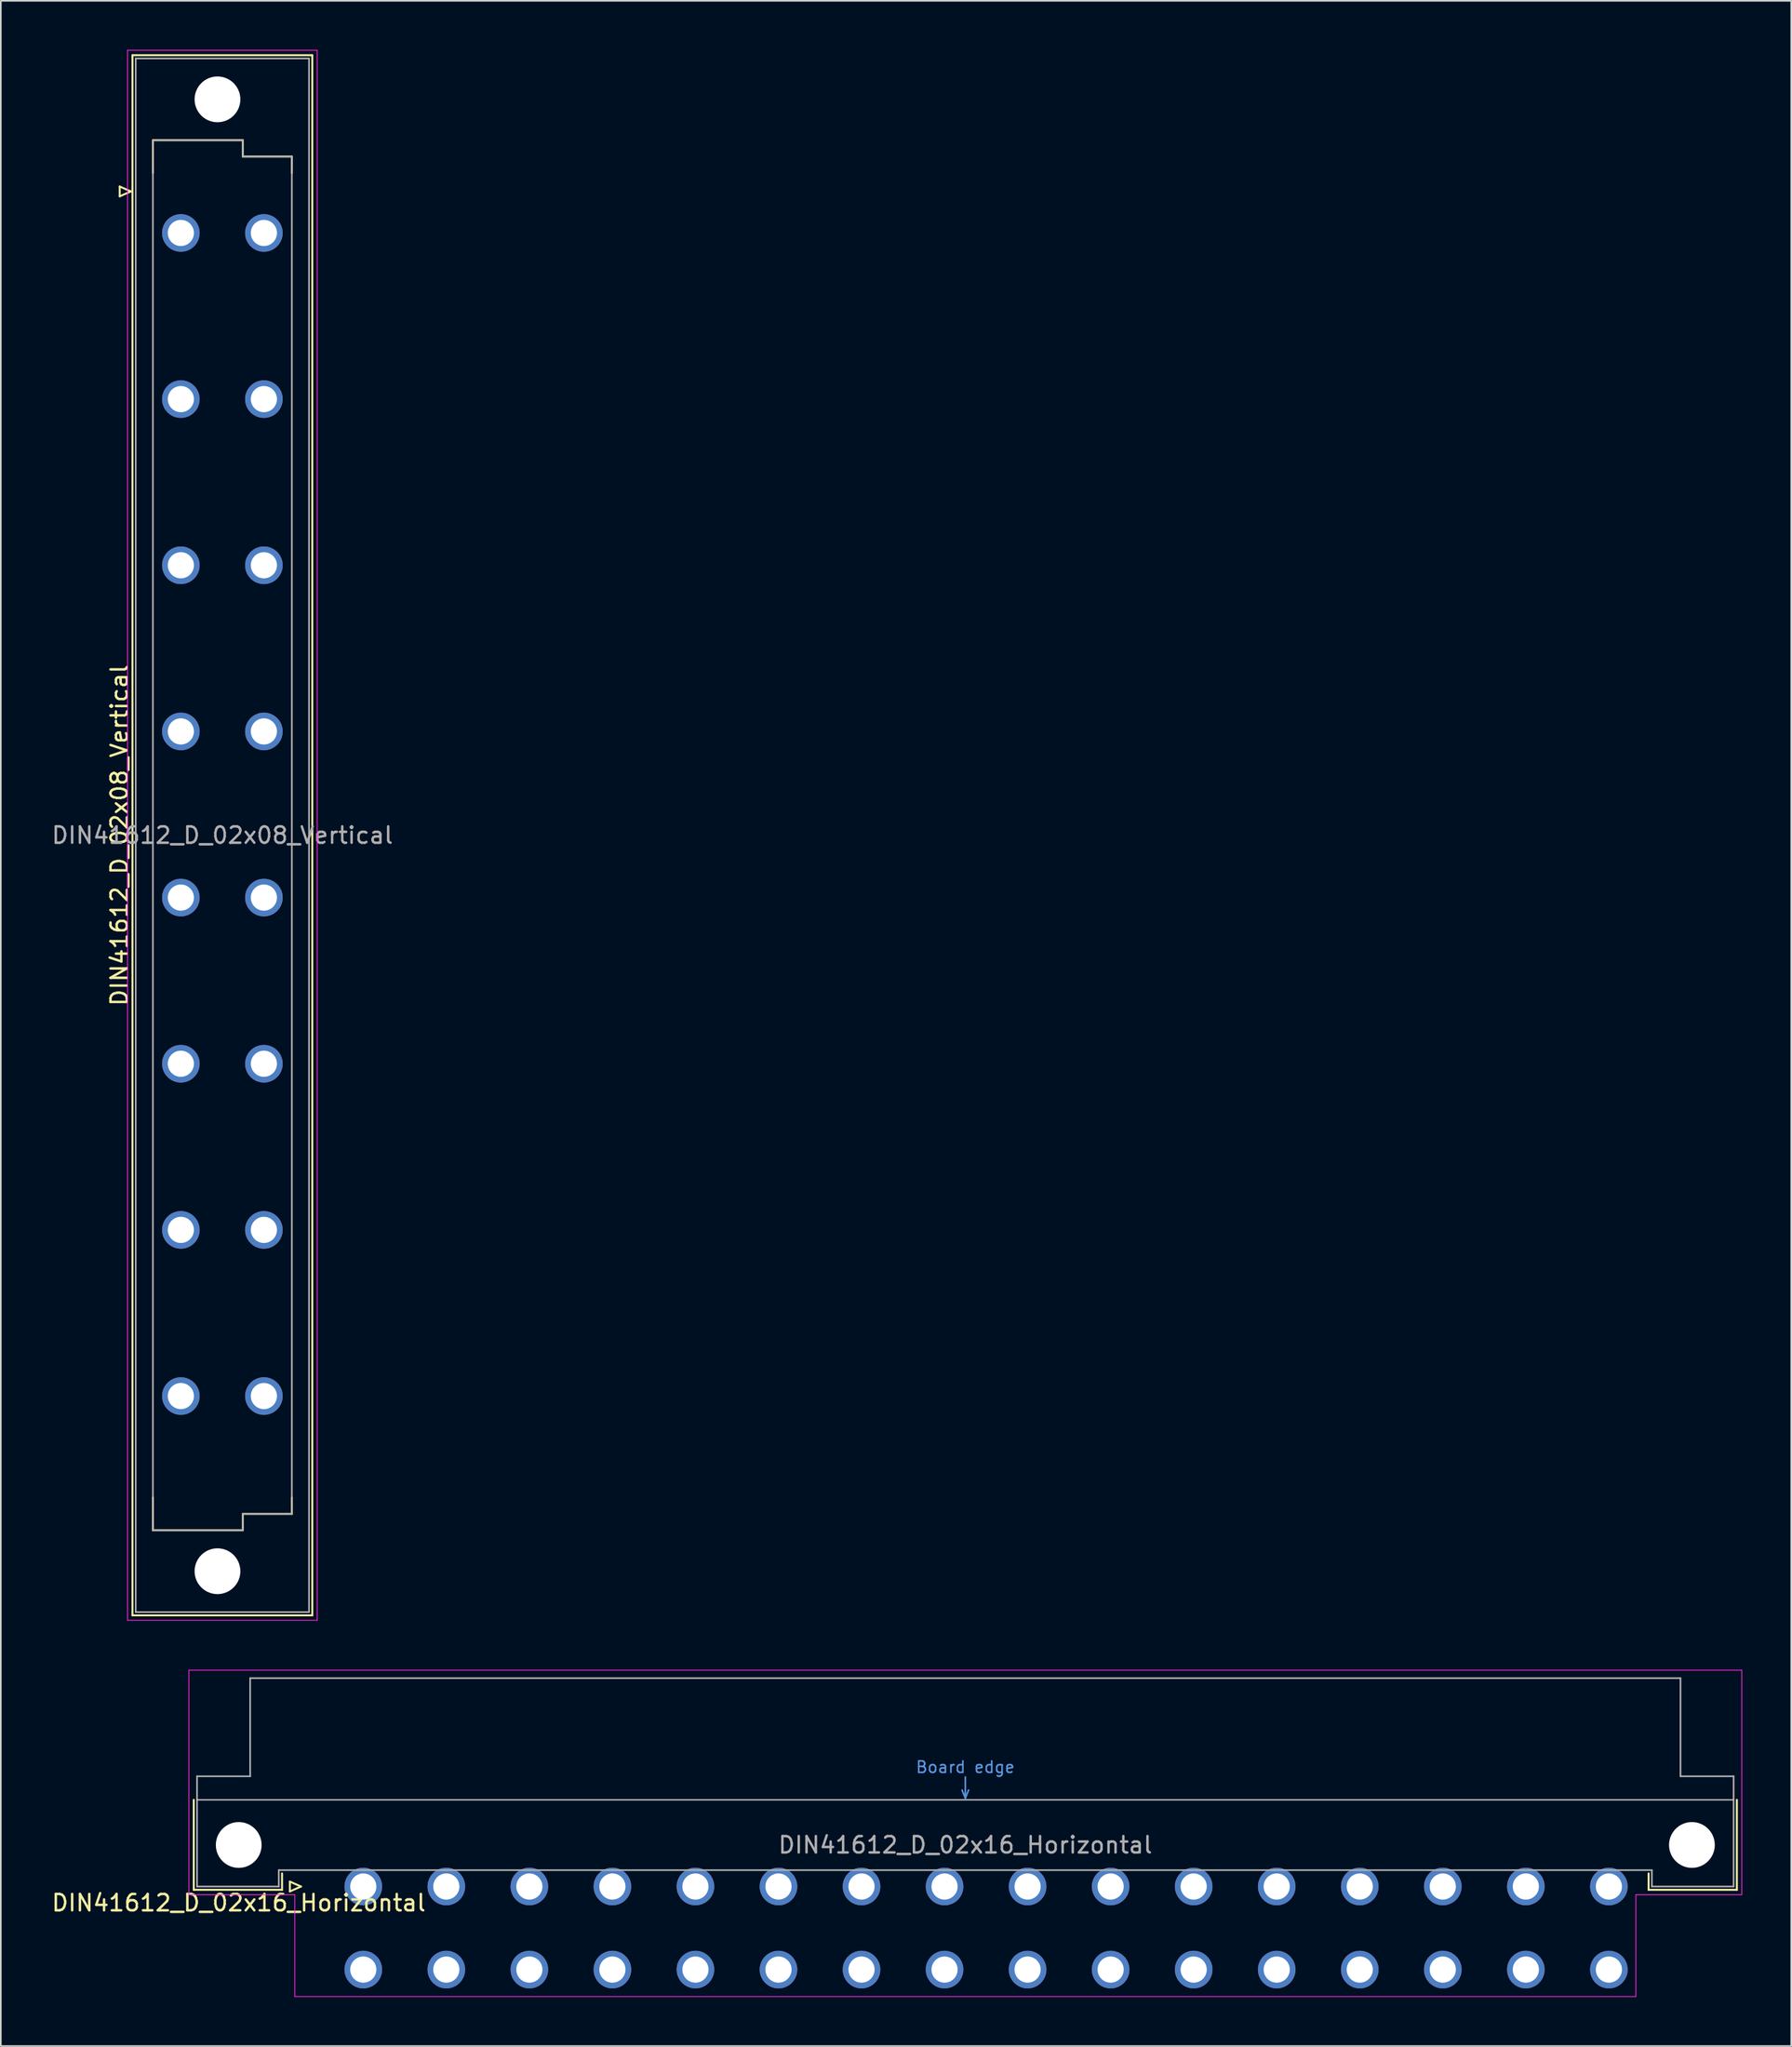
<source format=kicad_pcb>
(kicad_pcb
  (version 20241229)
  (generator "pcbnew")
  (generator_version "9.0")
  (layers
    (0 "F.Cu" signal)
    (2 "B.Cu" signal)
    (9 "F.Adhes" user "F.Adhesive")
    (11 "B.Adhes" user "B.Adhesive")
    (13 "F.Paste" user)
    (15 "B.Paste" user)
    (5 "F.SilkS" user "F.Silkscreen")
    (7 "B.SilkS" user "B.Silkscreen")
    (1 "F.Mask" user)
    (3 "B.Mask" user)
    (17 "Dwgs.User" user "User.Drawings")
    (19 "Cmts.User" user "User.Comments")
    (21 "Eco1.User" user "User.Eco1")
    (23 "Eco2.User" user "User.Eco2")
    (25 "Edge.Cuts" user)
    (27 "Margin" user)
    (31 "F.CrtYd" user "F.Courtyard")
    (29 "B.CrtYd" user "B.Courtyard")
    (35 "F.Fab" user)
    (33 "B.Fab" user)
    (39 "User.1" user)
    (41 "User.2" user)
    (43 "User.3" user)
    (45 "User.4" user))
  (footprint "DIN41612_D_02x16_Horizontal"
    (layer "F.Cu")
    (at 16.634 112.305)
    (property "Reference" "DIN41612_D_02x16_Horizontal" (at -5.08 1 0) (layer "F.SilkS") (effects (font (size 1 1) (thickness 0.15))))
    (attr through_hole)
    (fp_line (start -7.83 -5.3) (end -7.83 0.2) (stroke (width 0.12) (type solid)) (layer "F.SilkS"))
    (fp_line (start -7.83 0.2) (end -2.43 0.2) (stroke (width 0.12) (type solid)) (layer "F.SilkS"))
    (fp_line (start -2.43 0.2) (end -2.43 -0.8) (stroke (width 0.12) (type solid)) (layer "F.SilkS"))
    (fp_line (start -1.95 -0.3) (end -1.95 0.3) (stroke (width 0.12) (type solid)) (layer "F.SilkS"))
    (fp_line (start -1.95 0.3) (end -1.27 0) (stroke (width 0.12) (type solid)) (layer "F.SilkS"))
    (fp_line (start -1.27 0) (end -1.95 -0.3) (stroke (width 0.12) (type solid)) (layer "F.SilkS"))
    (fp_line (start 81.17 0.2) (end 81.17 -0.8) (stroke (width 0.12) (type solid)) (layer "F.SilkS"))
    (fp_line (start 86.57 -5.3) (end 86.57 0.2) (stroke (width 0.12) (type solid)) (layer "F.SilkS"))
    (fp_line (start 86.57 0.2) (end 81.17 0.2) (stroke (width 0.12) (type solid)) (layer "F.SilkS"))
    (fp_line (start -7.63 -5.3) (end 86.37 -5.3) (stroke (width 0.08) (type solid)) (layer "Dwgs.User"))
    (fp_line (start 39.17 -5.9) (end 39.37 -5.4) (stroke (width 0.1) (type solid)) (layer "Cmts.User"))
    (fp_line (start 39.37 -5.4) (end 39.37 -6.7) (stroke (width 0.1) (type solid)) (layer "Cmts.User"))
    (fp_line (start 39.37 -5.4) (end 39.57 -5.9) (stroke (width 0.1) (type solid)) (layer "Cmts.User"))
    (fp_line (start -8.13 -13.23) (end -8.13 0.5) (stroke (width 0.05) (type solid)) (layer "F.CrtYd"))
    (fp_line (start -8.13 0.5) (end -1.65 0.5) (stroke (width 0.05) (type solid)) (layer "F.CrtYd"))
    (fp_line (start -1.65 0.5) (end -1.65 6.73) (stroke (width 0.05) (type solid)) (layer "F.CrtYd"))
    (fp_line (start -1.65 6.73) (end 80.39 6.73) (stroke (width 0.05) (type solid)) (layer "F.CrtYd"))
    (fp_line (start 80.39 0.5) (end 86.87 0.5) (stroke (width 0.05) (type solid)) (layer "F.CrtYd"))
    (fp_line (start 80.39 6.73) (end 80.39 0.5) (stroke (width 0.05) (type solid)) (layer "F.CrtYd"))
    (fp_line (start 86.87 -13.23) (end -8.13 -13.23) (stroke (width 0.05) (type solid)) (layer "F.CrtYd"))
    (fp_line (start 86.87 0.5) (end 86.87 -13.23) (stroke (width 0.05) (type solid)) (layer "F.CrtYd"))
    (fp_line (start -7.63 -6.74) (end -7.63 0) (stroke (width 0.1) (type solid)) (layer "F.Fab"))
    (fp_line (start -7.63 0) (end -2.63 0) (stroke (width 0.1) (type solid)) (layer "F.Fab"))
    (fp_line (start -4.38 -12.74) (end -4.38 -6.74) (stroke (width 0.1) (type solid)) (layer "F.Fab"))
    (fp_line (start -4.38 -6.74) (end -7.63 -6.74) (stroke (width 0.1) (type solid)) (layer "F.Fab"))
    (fp_line (start -2.63 -1) (end 81.37 -1) (stroke (width 0.1) (type solid)) (layer "F.Fab"))
    (fp_line (start -2.63 0) (end -2.63 -1) (stroke (width 0.1) (type solid)) (layer "F.Fab"))
    (fp_line (start 81.37 -1) (end 81.37 0) (stroke (width 0.1) (type solid)) (layer "F.Fab"))
    (fp_line (start 81.37 0) (end 86.37 0) (stroke (width 0.1) (type solid)) (layer "F.Fab"))
    (fp_line (start 83.12 -12.74) (end -4.38 -12.74) (stroke (width 0.1) (type solid)) (layer "F.Fab"))
    (fp_line (start 83.12 -6.74) (end 83.12 -12.74) (stroke (width 0.1) (type solid)) (layer "F.Fab"))
    (fp_line (start 86.37 -6.74) (end 83.12 -6.74) (stroke (width 0.1) (type solid)) (layer "F.Fab"))
    (fp_line (start 86.37 0) (end 86.37 -6.74) (stroke (width 0.1) (type solid)) (layer "F.Fab"))
    (fp_text user "Board edge" (at 39.37 -7.3 0) (layer "Cmts.User") (effects (font (size 0.7 0.7) (thickness 0.1))))
    (fp_text user "${REFERENCE}" (at 39.37 -2.54 0) (layer "F.Fab") (effects (font (size 1 1) (thickness 0.15))))
    (pad "" np_thru_hole circle (at -5.08 -2.54) (size 2.8 2.8) (drill 2.8) (layers "*.Cu" "*.Mask"))
    (pad "" np_thru_hole circle (at 83.82 -2.54) (size 2.8 2.8) (drill 2.8) (layers "*.Cu" "*.Mask"))
    (pad "a2" thru_hole circle (at 2.54 0) (size 2.3 2.3) (drill 1.6) (layers "*.Cu" "*.Mask"))
    (pad "a4" thru_hole circle (at 7.62 0) (size 2.3 2.3) (drill 1.6) (layers "*.Cu" "*.Mask"))
    (pad "a6" thru_hole circle (at 12.7 0) (size 2.3 2.3) (drill 1.6) (layers "*.Cu" "*.Mask"))
    (pad "a8" thru_hole circle (at 17.78 0) (size 2.3 2.3) (drill 1.6) (layers "*.Cu" "*.Mask"))
    (pad "a10" thru_hole circle (at 22.86 0) (size 2.3 2.3) (drill 1.6) (layers "*.Cu" "*.Mask"))
    (pad "a12" thru_hole circle (at 27.94 0) (size 2.3 2.3) (drill 1.6) (layers "*.Cu" "*.Mask"))
    (pad "a14" thru_hole circle (at 33.02 0) (size 2.3 2.3) (drill 1.6) (layers "*.Cu" "*.Mask"))
    (pad "a16" thru_hole circle (at 38.1 0) (size 2.3 2.3) (drill 1.6) (layers "*.Cu" "*.Mask"))
    (pad "a18" thru_hole circle (at 43.18 0) (size 2.3 2.3) (drill 1.6) (layers "*.Cu" "*.Mask"))
    (pad "a20" thru_hole circle (at 48.26 0) (size 2.3 2.3) (drill 1.6) (layers "*.Cu" "*.Mask"))
    (pad "a22" thru_hole circle (at 53.34 0) (size 2.3 2.3) (drill 1.6) (layers "*.Cu" "*.Mask"))
    (pad "a24" thru_hole circle (at 58.42 0) (size 2.3 2.3) (drill 1.6) (layers "*.Cu" "*.Mask"))
    (pad "a26" thru_hole circle (at 63.5 0) (size 2.3 2.3) (drill 1.6) (layers "*.Cu" "*.Mask"))
    (pad "a28" thru_hole circle (at 68.58 0) (size 2.3 2.3) (drill 1.6) (layers "*.Cu" "*.Mask"))
    (pad "a30" thru_hole circle (at 73.66 0) (size 2.3 2.3) (drill 1.6) (layers "*.Cu" "*.Mask"))
    (pad "a32" thru_hole circle (at 78.74 0) (size 2.3 2.3) (drill 1.6) (layers "*.Cu" "*.Mask"))
    (pad "c2" thru_hole circle (at 2.54 5.08) (size 2.3 2.3) (drill 1.6) (layers "*.Cu" "*.Mask"))
    (pad "c4" thru_hole circle (at 7.62 5.08) (size 2.3 2.3) (drill 1.6) (layers "*.Cu" "*.Mask"))
    (pad "c6" thru_hole circle (at 12.7 5.08) (size 2.3 2.3) (drill 1.6) (layers "*.Cu" "*.Mask"))
    (pad "c8" thru_hole circle (at 17.78 5.08) (size 2.3 2.3) (drill 1.6) (layers "*.Cu" "*.Mask"))
    (pad "c10" thru_hole circle (at 22.86 5.08) (size 2.3 2.3) (drill 1.6) (layers "*.Cu" "*.Mask"))
    (pad "c12" thru_hole circle (at 27.94 5.08) (size 2.3 2.3) (drill 1.6) (layers "*.Cu" "*.Mask"))
    (pad "c14" thru_hole circle (at 33.02 5.08) (size 2.3 2.3) (drill 1.6) (layers "*.Cu" "*.Mask"))
    (pad "c16" thru_hole circle (at 38.1 5.08) (size 2.3 2.3) (drill 1.6) (layers "*.Cu" "*.Mask"))
    (pad "c18" thru_hole circle (at 43.18 5.08) (size 2.3 2.3) (drill 1.6) (layers "*.Cu" "*.Mask"))
    (pad "c20" thru_hole circle (at 48.26 5.08) (size 2.3 2.3) (drill 1.6) (layers "*.Cu" "*.Mask"))
    (pad "c22" thru_hole circle (at 53.34 5.08) (size 2.3 2.3) (drill 1.6) (layers "*.Cu" "*.Mask"))
    (pad "c24" thru_hole circle (at 58.42 5.08) (size 2.3 2.3) (drill 1.6) (layers "*.Cu" "*.Mask"))
    (pad "c26" thru_hole circle (at 63.5 5.08) (size 2.3 2.3) (drill 1.6) (layers "*.Cu" "*.Mask"))
    (pad "c28" thru_hole circle (at 68.58 5.08) (size 2.3 2.3) (drill 1.6) (layers "*.Cu" "*.Mask"))
    (pad "c30" thru_hole circle (at 73.66 5.08) (size 2.3 2.3) (drill 1.6) (layers "*.Cu" "*.Mask"))
    (pad "c32" thru_hole circle (at 78.74 5.08) (size 2.3 2.3) (drill 1.6) (layers "*.Cu" "*.Mask")))
  (footprint "DIN41612_D_02x08_Vertical"
    (layer "F.Cu")
    (at 8.014 8.655)
    (property "Reference" "DIN41612_D_02x08_Vertical" (at -3.76 39.37 90) (layer "F.SilkS") (effects (font (size 1 1) (thickness 0.15))))
    (attr through_hole)
    (fp_line (start -3.74 -0.3) (end -3.74 0.3) (stroke (width 0.12) (type solid)) (layer "F.SilkS"))
    (fp_line (start -3.74 0.3) (end -3.06 0) (stroke (width 0.12) (type solid)) (layer "F.SilkS"))
    (fp_line (start -3.06 0) (end -3.74 -0.3) (stroke (width 0.12) (type solid)) (layer "F.SilkS"))
    (fp_line (start -2.96 -8.33) (end 8.04 -8.33) (stroke (width 0.12) (type solid)) (layer "F.SilkS"))
    (fp_line (start -2.96 87.07) (end -2.96 -8.33) (stroke (width 0.12) (type solid)) (layer "F.SilkS"))
    (fp_line (start -1.71 -3.13) (end 3.79 -3.13) (stroke (width 0.12) (type solid)) (layer "F.SilkS"))
    (fp_line (start -1.71 -1.13) (end -1.71 -3.13) (stroke (width 0.12) (type solid)) (layer "F.SilkS"))
    (fp_line (start -1.71 79.87) (end -1.71 81.87) (stroke (width 0.12) (type solid)) (layer "F.SilkS"))
    (fp_line (start -1.71 81.87) (end 3.79 81.87) (stroke (width 0.12) (type solid)) (layer "F.SilkS"))
    (fp_line (start 3.79 -3.13) (end 3.79 -2.13) (stroke (width 0.12) (type solid)) (layer "F.SilkS"))
    (fp_line (start 3.79 -2.13) (end 6.79 -2.13) (stroke (width 0.12) (type solid)) (layer "F.SilkS"))
    (fp_line (start 3.79 80.87) (end 6.79 80.87) (stroke (width 0.12) (type solid)) (layer "F.SilkS"))
    (fp_line (start 3.79 81.87) (end 3.79 80.87) (stroke (width 0.12) (type solid)) (layer "F.SilkS"))
    (fp_line (start 6.79 -2.13) (end 6.79 -1.13) (stroke (width 0.12) (type solid)) (layer "F.SilkS"))
    (fp_line (start 6.79 80.87) (end 6.79 79.87) (stroke (width 0.12) (type solid)) (layer "F.SilkS"))
    (fp_line (start 8.04 -8.33) (end 8.04 87.07) (stroke (width 0.12) (type solid)) (layer "F.SilkS"))
    (fp_line (start 8.04 87.07) (end -2.96 87.07) (stroke (width 0.12) (type solid)) (layer "F.SilkS"))
    (fp_line (start -3.26 -8.63) (end 8.34 -8.63) (stroke (width 0.05) (type solid)) (layer "F.CrtYd"))
    (fp_line (start -3.26 87.37) (end -3.26 -8.63) (stroke (width 0.05) (type solid)) (layer "F.CrtYd"))
    (fp_line (start 8.34 -8.63) (end 8.34 87.37) (stroke (width 0.05) (type solid)) (layer "F.CrtYd"))
    (fp_line (start 8.34 87.37) (end -3.26 87.37) (stroke (width 0.05) (type solid)) (layer "F.CrtYd"))
    (fp_line (start -2.76 -8.13) (end 7.84 -8.13) (stroke (width 0.1) (type solid)) (layer "F.Fab"))
    (fp_line (start -2.76 86.87) (end -2.76 -8.13) (stroke (width 0.1) (type solid)) (layer "F.Fab"))
    (fp_line (start -1.71 -3.13) (end 3.79 -3.13) (stroke (width 0.1) (type solid)) (layer "F.Fab"))
    (fp_line (start -1.71 81.87) (end -1.71 -3.13) (stroke (width 0.1) (type solid)) (layer "F.Fab"))
    (fp_line (start 3.79 -3.13) (end 3.79 -2.13) (stroke (width 0.1) (type solid)) (layer "F.Fab"))
    (fp_line (start 3.79 -2.13) (end 6.79 -2.13) (stroke (width 0.1) (type solid)) (layer "F.Fab"))
    (fp_line (start 3.79 80.87) (end 3.79 81.87) (stroke (width 0.1) (type solid)) (layer "F.Fab"))
    (fp_line (start 3.79 81.87) (end -1.71 81.87) (stroke (width 0.1) (type solid)) (layer "F.Fab"))
    (fp_line (start 6.79 -2.13) (end 6.79 80.87) (stroke (width 0.1) (type solid)) (layer "F.Fab"))
    (fp_line (start 6.79 80.87) (end 3.79 80.87) (stroke (width 0.1) (type solid)) (layer "F.Fab"))
    (fp_line (start 7.84 -8.13) (end 7.84 86.87) (stroke (width 0.1) (type solid)) (layer "F.Fab"))
    (fp_line (start 7.84 86.87) (end -2.76 86.87) (stroke (width 0.1) (type solid)) (layer "F.Fab"))
    (fp_text user "${REFERENCE}" (at 2.54 39.37 0) (layer "F.Fab") (effects (font (size 1 1) (thickness 0.15))))
    (pad "" np_thru_hole circle (at 2.24 -5.63) (size 2.8 2.8) (drill 2.8) (layers "*.Cu" "*.Mask"))
    (pad "" np_thru_hole circle (at 2.24 84.37) (size 2.8 2.8) (drill 2.8) (layers "*.Cu" "*.Mask"))
    (pad "a2" thru_hole circle (at 0 2.54) (size 2.3 2.3) (drill 1.6) (layers "*.Cu" "*.Mask"))
    (pad "a6" thru_hole circle (at 0 12.7) (size 2.3 2.3) (drill 1.6) (layers "*.Cu" "*.Mask"))
    (pad "a10" thru_hole circle (at 0 22.86) (size 2.3 2.3) (drill 1.6) (layers "*.Cu" "*.Mask"))
    (pad "a14" thru_hole circle (at 0 33.02) (size 2.3 2.3) (drill 1.6) (layers "*.Cu" "*.Mask"))
    (pad "a18" thru_hole circle (at 0 43.18) (size 2.3 2.3) (drill 1.6) (layers "*.Cu" "*.Mask"))
    (pad "a22" thru_hole circle (at 0 53.34) (size 2.3 2.3) (drill 1.6) (layers "*.Cu" "*.Mask"))
    (pad "a26" thru_hole circle (at 0 63.5) (size 2.3 2.3) (drill 1.6) (layers "*.Cu" "*.Mask"))
    (pad "a30" thru_hole circle (at 0 73.66) (size 2.3 2.3) (drill 1.6) (layers "*.Cu" "*.Mask"))
    (pad "c2" thru_hole circle (at 5.08 2.54) (size 2.3 2.3) (drill 1.6) (layers "*.Cu" "*.Mask"))
    (pad "c6" thru_hole circle (at 5.08 12.7) (size 2.3 2.3) (drill 1.6) (layers "*.Cu" "*.Mask"))
    (pad "c10" thru_hole circle (at 5.08 22.86) (size 2.3 2.3) (drill 1.6) (layers "*.Cu" "*.Mask"))
    (pad "c14" thru_hole circle (at 5.08 33.02) (size 2.3 2.3) (drill 1.6) (layers "*.Cu" "*.Mask"))
    (pad "c18" thru_hole circle (at 5.08 43.18) (size 2.3 2.3) (drill 1.6) (layers "*.Cu" "*.Mask"))
    (pad "c22" thru_hole circle (at 5.08 53.34) (size 2.3 2.3) (drill 1.6) (layers "*.Cu" "*.Mask"))
    (pad "c26" thru_hole circle (at 5.08 63.5) (size 2.3 2.3) (drill 1.6) (layers "*.Cu" "*.Mask"))
    (pad "c30" thru_hole circle (at 5.08 73.66) (size 2.3 2.3) (drill 1.6) (layers "*.Cu" "*.Mask")))
  (gr_rect
    (start -3 -3)
    (end 106.529 122.06)
    (stroke (width 0.1) (type default))
    (fill no)
    (layer "Edge.Cuts")))
</source>
